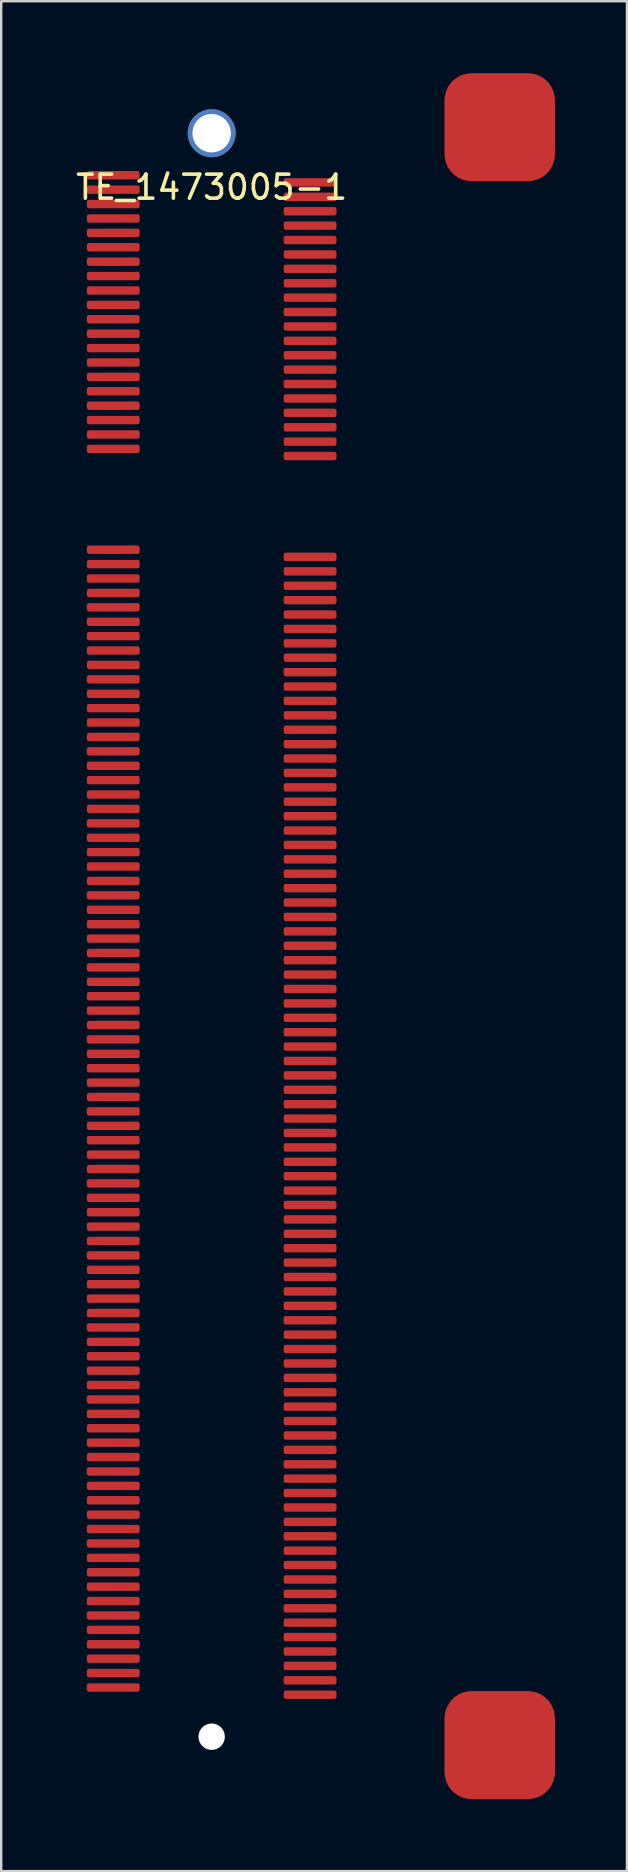
<source format=kicad_pcb>
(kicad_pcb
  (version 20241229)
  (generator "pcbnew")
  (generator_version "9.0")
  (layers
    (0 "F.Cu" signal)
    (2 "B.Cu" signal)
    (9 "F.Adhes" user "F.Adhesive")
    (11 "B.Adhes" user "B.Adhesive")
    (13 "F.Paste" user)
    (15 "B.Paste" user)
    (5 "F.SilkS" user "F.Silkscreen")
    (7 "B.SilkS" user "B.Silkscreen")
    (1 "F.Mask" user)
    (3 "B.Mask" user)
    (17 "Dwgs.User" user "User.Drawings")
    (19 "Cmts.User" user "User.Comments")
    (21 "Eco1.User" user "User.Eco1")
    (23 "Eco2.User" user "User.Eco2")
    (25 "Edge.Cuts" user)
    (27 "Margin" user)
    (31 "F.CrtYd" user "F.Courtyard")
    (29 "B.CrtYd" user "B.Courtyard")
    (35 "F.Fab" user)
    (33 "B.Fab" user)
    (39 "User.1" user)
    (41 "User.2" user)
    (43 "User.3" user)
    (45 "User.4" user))
  (footprint "TE_1473005-1"
    (layer "F.Cu")
    (at 5.768 4.25)
    (property "Reference" "TE_1473005-1" (at 0 0.5 0) (layer "F.SilkS") (effects (font (size 1 1) (thickness 0.15))))
    (attr through_hole)
    (pad "" np_thru_hole circle (at 0 -1.75) (size 2 2) (drill 1.6) (layers "*.Cu" "*.Mask"))
    (pad "" np_thru_hole circle (at 0 65.05) (size 1.1 1.1) (drill 1.1) (layers "*.Cu" "*.Mask"))
    (pad "" connect roundrect (at 12 -2) (size 4.6 4.5) (layers "F.Cu" "F.Mask") (roundrect_rratio 0.25))
    (pad "" connect roundrect (at 12 65.4) (size 4.6 4.5) (layers "F.Cu" "F.Mask") (roundrect_rratio 0.25))
    (pad "1" smd roundrect (at -4.1 0) (size 2.2 0.35) (layers "F.Cu" "F.Mask" "F.Paste") (roundrect_rratio 0.25))
    (pad "2" smd roundrect (at 4.1 0.3) (size 2.2 0.35) (layers "F.Cu" "F.Mask" "F.Paste") (roundrect_rratio 0.25))
    (pad "3" smd roundrect (at -4.1 0.6) (size 2.2 0.35) (layers "F.Cu" "F.Mask" "F.Paste") (roundrect_rratio 0.25))
    (pad "4" smd roundrect (at 4.1 0.9) (size 2.2 0.35) (layers "F.Cu" "F.Mask" "F.Paste") (roundrect_rratio 0.25))
    (pad "5" smd roundrect (at -4.1 1.2) (size 2.2 0.35) (layers "F.Cu" "F.Mask" "F.Paste") (roundrect_rratio 0.25))
    (pad "6" smd roundrect (at 4.1 1.5) (size 2.2 0.35) (layers "F.Cu" "F.Mask" "F.Paste") (roundrect_rratio 0.25))
    (pad "7" smd roundrect (at -4.1 1.8) (size 2.2 0.35) (layers "F.Cu" "F.Mask" "F.Paste") (roundrect_rratio 0.25))
    (pad "8" smd roundrect (at 4.1 2.1) (size 2.2 0.35) (layers "F.Cu" "F.Mask" "F.Paste") (roundrect_rratio 0.25))
    (pad "9" smd roundrect (at -4.1 2.4) (size 2.2 0.35) (layers "F.Cu" "F.Mask" "F.Paste") (roundrect_rratio 0.25))
    (pad "10" smd roundrect (at 4.1 2.7) (size 2.2 0.35) (layers "F.Cu" "F.Mask" "F.Paste") (roundrect_rratio 0.25))
    (pad "11" smd roundrect (at -4.1 3) (size 2.2 0.35) (layers "F.Cu" "F.Mask" "F.Paste") (roundrect_rratio 0.25))
    (pad "12" smd roundrect (at 4.1 3.3) (size 2.2 0.35) (layers "F.Cu" "F.Mask" "F.Paste") (roundrect_rratio 0.25))
    (pad "13" smd roundrect (at -4.1 3.6) (size 2.2 0.35) (layers "F.Cu" "F.Mask" "F.Paste") (roundrect_rratio 0.25))
    (pad "14" smd roundrect (at 4.1 3.9) (size 2.2 0.35) (layers "F.Cu" "F.Mask" "F.Paste") (roundrect_rratio 0.25))
    (pad "15" smd roundrect (at -4.1 4.2) (size 2.2 0.35) (layers "F.Cu" "F.Mask" "F.Paste") (roundrect_rratio 0.25))
    (pad "16" smd roundrect (at 4.1 4.5) (size 2.2 0.35) (layers "F.Cu" "F.Mask" "F.Paste") (roundrect_rratio 0.25))
    (pad "17" smd roundrect (at -4.1 4.8) (size 2.2 0.35) (layers "F.Cu" "F.Mask" "F.Paste") (roundrect_rratio 0.25))
    (pad "18" smd roundrect (at 4.1 5.1) (size 2.2 0.35) (layers "F.Cu" "F.Mask" "F.Paste") (roundrect_rratio 0.25))
    (pad "19" smd roundrect (at -4.1 5.4) (size 2.2 0.35) (layers "F.Cu" "F.Mask" "F.Paste") (roundrect_rratio 0.25))
    (pad "20" smd roundrect (at 4.1 5.7) (size 2.2 0.35) (layers "F.Cu" "F.Mask" "F.Paste") (roundrect_rratio 0.25))
    (pad "21" smd roundrect (at -4.1 6) (size 2.2 0.35) (layers "F.Cu" "F.Mask" "F.Paste") (roundrect_rratio 0.25))
    (pad "22" smd roundrect (at 4.1 6.3) (size 2.2 0.35) (layers "F.Cu" "F.Mask" "F.Paste") (roundrect_rratio 0.25))
    (pad "23" smd roundrect (at -4.1 6.6) (size 2.2 0.35) (layers "F.Cu" "F.Mask" "F.Paste") (roundrect_rratio 0.25))
    (pad "24" smd roundrect (at 4.1 6.9) (size 2.2 0.35) (layers "F.Cu" "F.Mask" "F.Paste") (roundrect_rratio 0.25))
    (pad "25" smd roundrect (at -4.1 7.2) (size 2.2 0.35) (layers "F.Cu" "F.Mask" "F.Paste") (roundrect_rratio 0.25))
    (pad "26" smd roundrect (at 4.1 7.5) (size 2.2 0.35) (layers "F.Cu" "F.Mask" "F.Paste") (roundrect_rratio 0.25))
    (pad "27" smd roundrect (at -4.1 7.8) (size 2.2 0.35) (layers "F.Cu" "F.Mask" "F.Paste") (roundrect_rratio 0.25))
    (pad "28" smd roundrect (at 4.1 8.1) (size 2.2 0.35) (layers "F.Cu" "F.Mask" "F.Paste") (roundrect_rratio 0.25))
    (pad "29" smd roundrect (at -4.1 8.4) (size 2.2 0.35) (layers "F.Cu" "F.Mask" "F.Paste") (roundrect_rratio 0.25))
    (pad "30" smd roundrect (at 4.1 8.7) (size 2.2 0.35) (layers "F.Cu" "F.Mask" "F.Paste") (roundrect_rratio 0.25))
    (pad "31" smd roundrect (at -4.1 9) (size 2.2 0.35) (layers "F.Cu" "F.Mask" "F.Paste") (roundrect_rratio 0.25))
    (pad "32" smd roundrect (at 4.1 9.3) (size 2.2 0.35) (layers "F.Cu" "F.Mask" "F.Paste") (roundrect_rratio 0.25))
    (pad "33" smd roundrect (at -4.1 9.6) (size 2.2 0.35) (layers "F.Cu" "F.Mask" "F.Paste") (roundrect_rratio 0.25))
    (pad "34" smd roundrect (at 4.1 9.9) (size 2.2 0.35) (layers "F.Cu" "F.Mask" "F.Paste") (roundrect_rratio 0.25))
    (pad "35" smd roundrect (at -4.1 10.2) (size 2.2 0.35) (layers "F.Cu" "F.Mask" "F.Paste") (roundrect_rratio 0.25))
    (pad "36" smd roundrect (at 4.1 10.5) (size 2.2 0.35) (layers "F.Cu" "F.Mask" "F.Paste") (roundrect_rratio 0.25))
    (pad "37" smd roundrect (at -4.1 10.8) (size 2.2 0.35) (layers "F.Cu" "F.Mask" "F.Paste") (roundrect_rratio 0.25))
    (pad "38" smd roundrect (at 4.1 11.1) (size 2.2 0.35) (layers "F.Cu" "F.Mask" "F.Paste") (roundrect_rratio 0.25))
    (pad "39" smd roundrect (at -4.1 11.4) (size 2.2 0.35) (layers "F.Cu" "F.Mask" "F.Paste") (roundrect_rratio 0.25))
    (pad "40" smd roundrect (at 4.1 11.7) (size 2.2 0.35) (layers "F.Cu" "F.Mask" "F.Paste") (roundrect_rratio 0.25))
    (pad "41" smd roundrect (at -4.1 15.6) (size 2.2 0.35) (layers "F.Cu" "F.Mask" "F.Paste") (roundrect_rratio 0.25))
    (pad "42" smd roundrect (at 4.1 15.9) (size 2.2 0.35) (layers "F.Cu" "F.Mask" "F.Paste") (roundrect_rratio 0.25))
    (pad "43" smd roundrect (at -4.1 16.2) (size 2.2 0.35) (layers "F.Cu" "F.Mask" "F.Paste") (roundrect_rratio 0.25))
    (pad "44" smd roundrect (at 4.1 16.5) (size 2.2 0.35) (layers "F.Cu" "F.Mask" "F.Paste") (roundrect_rratio 0.25))
    (pad "45" smd roundrect (at -4.1 16.8) (size 2.2 0.35) (layers "F.Cu" "F.Mask" "F.Paste") (roundrect_rratio 0.25))
    (pad "46" smd roundrect (at 4.1 17.1) (size 2.2 0.35) (layers "F.Cu" "F.Mask" "F.Paste") (roundrect_rratio 0.25))
    (pad "47" smd roundrect (at -4.1 17.4) (size 2.2 0.35) (layers "F.Cu" "F.Mask" "F.Paste") (roundrect_rratio 0.25))
    (pad "48" smd roundrect (at 4.1 17.7) (size 2.2 0.35) (layers "F.Cu" "F.Mask" "F.Paste") (roundrect_rratio 0.25))
    (pad "49" smd roundrect (at -4.1 18) (size 2.2 0.35) (layers "F.Cu" "F.Mask" "F.Paste") (roundrect_rratio 0.25))
    (pad "50" smd roundrect (at 4.1 18.3) (size 2.2 0.35) (layers "F.Cu" "F.Mask" "F.Paste") (roundrect_rratio 0.25))
    (pad "51" smd roundrect (at -4.1 18.6) (size 2.2 0.35) (layers "F.Cu" "F.Mask" "F.Paste") (roundrect_rratio 0.25))
    (pad "52" smd roundrect (at 4.1 18.9) (size 2.2 0.35) (layers "F.Cu" "F.Mask" "F.Paste") (roundrect_rratio 0.25))
    (pad "53" smd roundrect (at -4.1 19.2) (size 2.2 0.35) (layers "F.Cu" "F.Mask" "F.Paste") (roundrect_rratio 0.25))
    (pad "54" smd roundrect (at 4.1 19.5) (size 2.2 0.35) (layers "F.Cu" "F.Mask" "F.Paste") (roundrect_rratio 0.25))
    (pad "55" smd roundrect (at -4.1 19.8) (size 2.2 0.35) (layers "F.Cu" "F.Mask" "F.Paste") (roundrect_rratio 0.25))
    (pad "56" smd roundrect (at 4.1 20.1) (size 2.2 0.35) (layers "F.Cu" "F.Mask" "F.Paste") (roundrect_rratio 0.25))
    (pad "57" smd roundrect (at -4.1 20.4) (size 2.2 0.35) (layers "F.Cu" "F.Mask" "F.Paste") (roundrect_rratio 0.25))
    (pad "58" smd roundrect (at 4.1 20.7) (size 2.2 0.35) (layers "F.Cu" "F.Mask" "F.Paste") (roundrect_rratio 0.25))
    (pad "59" smd roundrect (at -4.1 21) (size 2.2 0.35) (layers "F.Cu" "F.Mask" "F.Paste") (roundrect_rratio 0.25))
    (pad "60" smd roundrect (at 4.1 21.3) (size 2.2 0.35) (layers "F.Cu" "F.Mask" "F.Paste") (roundrect_rratio 0.25))
    (pad "61" smd roundrect (at -4.1 21.6) (size 2.2 0.35) (layers "F.Cu" "F.Mask" "F.Paste") (roundrect_rratio 0.25))
    (pad "62" smd roundrect (at 4.1 21.9) (size 2.2 0.35) (layers "F.Cu" "F.Mask" "F.Paste") (roundrect_rratio 0.25))
    (pad "63" smd roundrect (at -4.1 22.2) (size 2.2 0.35) (layers "F.Cu" "F.Mask" "F.Paste") (roundrect_rratio 0.25))
    (pad "64" smd roundrect (at 4.1 22.5) (size 2.2 0.35) (layers "F.Cu" "F.Mask" "F.Paste") (roundrect_rratio 0.25))
    (pad "65" smd roundrect (at -4.1 22.8) (size 2.2 0.35) (layers "F.Cu" "F.Mask" "F.Paste") (roundrect_rratio 0.25))
    (pad "66" smd roundrect (at 4.1 23.1) (size 2.2 0.35) (layers "F.Cu" "F.Mask" "F.Paste") (roundrect_rratio 0.25))
    (pad "67" smd roundrect (at -4.1 23.4) (size 2.2 0.35) (layers "F.Cu" "F.Mask" "F.Paste") (roundrect_rratio 0.25))
    (pad "68" smd roundrect (at 4.1 23.7) (size 2.2 0.35) (layers "F.Cu" "F.Mask" "F.Paste") (roundrect_rratio 0.25))
    (pad "69" smd roundrect (at -4.1 24) (size 2.2 0.35) (layers "F.Cu" "F.Mask" "F.Paste") (roundrect_rratio 0.25))
    (pad "70" smd roundrect (at 4.1 24.3) (size 2.2 0.35) (layers "F.Cu" "F.Mask" "F.Paste") (roundrect_rratio 0.25))
    (pad "71" smd roundrect (at -4.1 24.6) (size 2.2 0.35) (layers "F.Cu" "F.Mask" "F.Paste") (roundrect_rratio 0.25))
    (pad "72" smd roundrect (at 4.1 24.9) (size 2.2 0.35) (layers "F.Cu" "F.Mask" "F.Paste") (roundrect_rratio 0.25))
    (pad "73" smd roundrect (at -4.1 25.2) (size 2.2 0.35) (layers "F.Cu" "F.Mask" "F.Paste") (roundrect_rratio 0.25))
    (pad "74" smd roundrect (at 4.1 25.5) (size 2.2 0.35) (layers "F.Cu" "F.Mask" "F.Paste") (roundrect_rratio 0.25))
    (pad "75" smd roundrect (at -4.1 25.8) (size 2.2 0.35) (layers "F.Cu" "F.Mask" "F.Paste") (roundrect_rratio 0.25))
    (pad "76" smd roundrect (at 4.1 26.1) (size 2.2 0.35) (layers "F.Cu" "F.Mask" "F.Paste") (roundrect_rratio 0.25))
    (pad "77" smd roundrect (at -4.1 26.4) (size 2.2 0.35) (layers "F.Cu" "F.Mask" "F.Paste") (roundrect_rratio 0.25))
    (pad "78" smd roundrect (at 4.1 26.7) (size 2.2 0.35) (layers "F.Cu" "F.Mask" "F.Paste") (roundrect_rratio 0.25))
    (pad "79" smd roundrect (at -4.1 27) (size 2.2 0.35) (layers "F.Cu" "F.Mask" "F.Paste") (roundrect_rratio 0.25))
    (pad "80" smd roundrect (at 4.1 27.3) (size 2.2 0.35) (layers "F.Cu" "F.Mask" "F.Paste") (roundrect_rratio 0.25))
    (pad "81" smd roundrect (at -4.1 27.6) (size 2.2 0.35) (layers "F.Cu" "F.Mask" "F.Paste") (roundrect_rratio 0.25))
    (pad "82" smd roundrect (at 4.1 27.9) (size 2.2 0.35) (layers "F.Cu" "F.Mask" "F.Paste") (roundrect_rratio 0.25))
    (pad "83" smd roundrect (at -4.1 28.2) (size 2.2 0.35) (layers "F.Cu" "F.Mask" "F.Paste") (roundrect_rratio 0.25))
    (pad "84" smd roundrect (at 4.1 28.5) (size 2.2 0.35) (layers "F.Cu" "F.Mask" "F.Paste") (roundrect_rratio 0.25))
    (pad "85" smd roundrect (at -4.1 28.8) (size 2.2 0.35) (layers "F.Cu" "F.Mask" "F.Paste") (roundrect_rratio 0.25))
    (pad "86" smd roundrect (at 4.1 29.1) (size 2.2 0.35) (layers "F.Cu" "F.Mask" "F.Paste") (roundrect_rratio 0.25))
    (pad "87" smd roundrect (at -4.1 29.4) (size 2.2 0.35) (layers "F.Cu" "F.Mask" "F.Paste") (roundrect_rratio 0.25))
    (pad "88" smd roundrect (at 4.1 29.7) (size 2.2 0.35) (layers "F.Cu" "F.Mask" "F.Paste") (roundrect_rratio 0.25))
    (pad "89" smd roundrect (at -4.1 30) (size 2.2 0.35) (layers "F.Cu" "F.Mask" "F.Paste") (roundrect_rratio 0.25))
    (pad "90" smd roundrect (at 4.1 30.3) (size 2.2 0.35) (layers "F.Cu" "F.Mask" "F.Paste") (roundrect_rratio 0.25))
    (pad "91" smd roundrect (at -4.1 30.6) (size 2.2 0.35) (layers "F.Cu" "F.Mask" "F.Paste") (roundrect_rratio 0.25))
    (pad "92" smd roundrect (at 4.1 30.9) (size 2.2 0.35) (layers "F.Cu" "F.Mask" "F.Paste") (roundrect_rratio 0.25))
    (pad "93" smd roundrect (at -4.1 31.2) (size 2.2 0.35) (layers "F.Cu" "F.Mask" "F.Paste") (roundrect_rratio 0.25))
    (pad "94" smd roundrect (at 4.1 31.5) (size 2.2 0.35) (layers "F.Cu" "F.Mask" "F.Paste") (roundrect_rratio 0.25))
    (pad "95" smd roundrect (at -4.1 31.8) (size 2.2 0.35) (layers "F.Cu" "F.Mask" "F.Paste") (roundrect_rratio 0.25))
    (pad "96" smd roundrect (at 4.1 32.1) (size 2.2 0.35) (layers "F.Cu" "F.Mask" "F.Paste") (roundrect_rratio 0.25))
    (pad "97" smd roundrect (at -4.1 32.4) (size 2.2 0.35) (layers "F.Cu" "F.Mask" "F.Paste") (roundrect_rratio 0.25))
    (pad "98" smd roundrect (at 4.1 32.7) (size 2.2 0.35) (layers "F.Cu" "F.Mask" "F.Paste") (roundrect_rratio 0.25))
    (pad "99" smd roundrect (at -4.1 33) (size 2.2 0.35) (layers "F.Cu" "F.Mask" "F.Paste") (roundrect_rratio 0.25))
    (pad "100" smd roundrect (at 4.1 33.3) (size 2.2 0.35) (layers "F.Cu" "F.Mask" "F.Paste") (roundrect_rratio 0.25))
    (pad "101" smd roundrect (at -4.1 33.6) (size 2.2 0.35) (layers "F.Cu" "F.Mask" "F.Paste") (roundrect_rratio 0.25))
    (pad "102" smd roundrect (at 4.1 33.9) (size 2.2 0.35) (layers "F.Cu" "F.Mask" "F.Paste") (roundrect_rratio 0.25))
    (pad "103" smd roundrect (at -4.1 34.2) (size 2.2 0.35) (layers "F.Cu" "F.Mask" "F.Paste") (roundrect_rratio 0.25))
    (pad "104" smd roundrect (at 4.1 34.5) (size 2.2 0.35) (layers "F.Cu" "F.Mask" "F.Paste") (roundrect_rratio 0.25))
    (pad "105" smd roundrect (at -4.1 34.8) (size 2.2 0.35) (layers "F.Cu" "F.Mask" "F.Paste") (roundrect_rratio 0.25))
    (pad "106" smd roundrect (at 4.1 35.1) (size 2.2 0.35) (layers "F.Cu" "F.Mask" "F.Paste") (roundrect_rratio 0.25))
    (pad "107" smd roundrect (at -4.1 35.4) (size 2.2 0.35) (layers "F.Cu" "F.Mask" "F.Paste") (roundrect_rratio 0.25))
    (pad "108" smd roundrect (at 4.1 35.7) (size 2.2 0.35) (layers "F.Cu" "F.Mask" "F.Paste") (roundrect_rratio 0.25))
    (pad "109" smd roundrect (at -4.1 36) (size 2.2 0.35) (layers "F.Cu" "F.Mask" "F.Paste") (roundrect_rratio 0.25))
    (pad "110" smd roundrect (at 4.1 36.3) (size 2.2 0.35) (layers "F.Cu" "F.Mask" "F.Paste") (roundrect_rratio 0.25))
    (pad "111" smd roundrect (at -4.1 36.6) (size 2.2 0.35) (layers "F.Cu" "F.Mask" "F.Paste") (roundrect_rratio 0.25))
    (pad "112" smd roundrect (at 4.1 36.9) (size 2.2 0.35) (layers "F.Cu" "F.Mask" "F.Paste") (roundrect_rratio 0.25))
    (pad "113" smd roundrect (at -4.1 37.2) (size 2.2 0.35) (layers "F.Cu" "F.Mask" "F.Paste") (roundrect_rratio 0.25))
    (pad "114" smd roundrect (at 4.1 37.5) (size 2.2 0.35) (layers "F.Cu" "F.Mask" "F.Paste") (roundrect_rratio 0.25))
    (pad "115" smd roundrect (at -4.1 37.8) (size 2.2 0.35) (layers "F.Cu" "F.Mask" "F.Paste") (roundrect_rratio 0.25))
    (pad "116" smd roundrect (at 4.1 38.1) (size 2.2 0.35) (layers "F.Cu" "F.Mask" "F.Paste") (roundrect_rratio 0.25))
    (pad "117" smd roundrect (at -4.1 38.4) (size 2.2 0.35) (layers "F.Cu" "F.Mask" "F.Paste") (roundrect_rratio 0.25))
    (pad "118" smd roundrect (at 4.1 38.7) (size 2.2 0.35) (layers "F.Cu" "F.Mask" "F.Paste") (roundrect_rratio 0.25))
    (pad "119" smd roundrect (at -4.1 39) (size 2.2 0.35) (layers "F.Cu" "F.Mask" "F.Paste") (roundrect_rratio 0.25))
    (pad "120" smd roundrect (at 4.1 39.3) (size 2.2 0.35) (layers "F.Cu" "F.Mask" "F.Paste") (roundrect_rratio 0.25))
    (pad "121" smd roundrect (at -4.1 39.6) (size 2.2 0.35) (layers "F.Cu" "F.Mask" "F.Paste") (roundrect_rratio 0.25))
    (pad "122" smd roundrect (at 4.1 39.9) (size 2.2 0.35) (layers "F.Cu" "F.Mask" "F.Paste") (roundrect_rratio 0.25))
    (pad "123" smd roundrect (at -4.1 40.2) (size 2.2 0.35) (layers "F.Cu" "F.Mask" "F.Paste") (roundrect_rratio 0.25))
    (pad "124" smd roundrect (at 4.1 40.5) (size 2.2 0.35) (layers "F.Cu" "F.Mask" "F.Paste") (roundrect_rratio 0.25))
    (pad "125" smd roundrect (at -4.1 40.8) (size 2.2 0.35) (layers "F.Cu" "F.Mask" "F.Paste") (roundrect_rratio 0.25))
    (pad "126" smd roundrect (at 4.1 41.1) (size 2.2 0.35) (layers "F.Cu" "F.Mask" "F.Paste") (roundrect_rratio 0.25))
    (pad "127" smd roundrect (at -4.1 41.4) (size 2.2 0.35) (layers "F.Cu" "F.Mask" "F.Paste") (roundrect_rratio 0.25))
    (pad "128" smd roundrect (at 4.1 41.7) (size 2.2 0.35) (layers "F.Cu" "F.Mask" "F.Paste") (roundrect_rratio 0.25))
    (pad "129" smd roundrect (at -4.1 42) (size 2.2 0.35) (layers "F.Cu" "F.Mask" "F.Paste") (roundrect_rratio 0.25))
    (pad "130" smd roundrect (at 4.1 42.3) (size 2.2 0.35) (layers "F.Cu" "F.Mask" "F.Paste") (roundrect_rratio 0.25))
    (pad "131" smd roundrect (at -4.1 42.6) (size 2.2 0.35) (layers "F.Cu" "F.Mask" "F.Paste") (roundrect_rratio 0.25))
    (pad "132" smd roundrect (at 4.1 42.9) (size 2.2 0.35) (layers "F.Cu" "F.Mask" "F.Paste") (roundrect_rratio 0.25))
    (pad "133" smd roundrect (at -4.1 43.2) (size 2.2 0.35) (layers "F.Cu" "F.Mask" "F.Paste") (roundrect_rratio 0.25))
    (pad "134" smd roundrect (at 4.1 43.5) (size 2.2 0.35) (layers "F.Cu" "F.Mask" "F.Paste") (roundrect_rratio 0.25))
    (pad "135" smd roundrect (at -4.1 43.8) (size 2.2 0.35) (layers "F.Cu" "F.Mask" "F.Paste") (roundrect_rratio 0.25))
    (pad "136" smd roundrect (at 4.1 44.1) (size 2.2 0.35) (layers "F.Cu" "F.Mask" "F.Paste") (roundrect_rratio 0.25))
    (pad "137" smd roundrect (at -4.1 44.4) (size 2.2 0.35) (layers "F.Cu" "F.Mask" "F.Paste") (roundrect_rratio 0.25))
    (pad "138" smd roundrect (at 4.1 44.7) (size 2.2 0.35) (layers "F.Cu" "F.Mask" "F.Paste") (roundrect_rratio 0.25))
    (pad "139" smd roundrect (at -4.1 45) (size 2.2 0.35) (layers "F.Cu" "F.Mask" "F.Paste") (roundrect_rratio 0.25))
    (pad "140" smd roundrect (at 4.1 45.3) (size 2.2 0.35) (layers "F.Cu" "F.Mask" "F.Paste") (roundrect_rratio 0.25))
    (pad "141" smd roundrect (at -4.1 45.6) (size 2.2 0.35) (layers "F.Cu" "F.Mask" "F.Paste") (roundrect_rratio 0.25))
    (pad "142" smd roundrect (at 4.1 45.9) (size 2.2 0.35) (layers "F.Cu" "F.Mask" "F.Paste") (roundrect_rratio 0.25))
    (pad "143" smd roundrect (at -4.1 46.2) (size 2.2 0.35) (layers "F.Cu" "F.Mask" "F.Paste") (roundrect_rratio 0.25))
    (pad "144" smd roundrect (at 4.1 46.5) (size 2.2 0.35) (layers "F.Cu" "F.Mask" "F.Paste") (roundrect_rratio 0.25))
    (pad "145" smd roundrect (at -4.1 46.8) (size 2.2 0.35) (layers "F.Cu" "F.Mask" "F.Paste") (roundrect_rratio 0.25))
    (pad "146" smd roundrect (at 4.1 47.1) (size 2.2 0.35) (layers "F.Cu" "F.Mask" "F.Paste") (roundrect_rratio 0.25))
    (pad "147" smd roundrect (at -4.1 47.4) (size 2.2 0.35) (layers "F.Cu" "F.Mask" "F.Paste") (roundrect_rratio 0.25))
    (pad "148" smd roundrect (at 4.1 47.7) (size 2.2 0.35) (layers "F.Cu" "F.Mask" "F.Paste") (roundrect_rratio 0.25))
    (pad "149" smd roundrect (at -4.1 48) (size 2.2 0.35) (layers "F.Cu" "F.Mask" "F.Paste") (roundrect_rratio 0.25))
    (pad "150" smd roundrect (at 4.1 48.3) (size 2.2 0.35) (layers "F.Cu" "F.Mask" "F.Paste") (roundrect_rratio 0.25))
    (pad "151" smd roundrect (at -4.1 48.6) (size 2.2 0.35) (layers "F.Cu" "F.Mask" "F.Paste") (roundrect_rratio 0.25))
    (pad "152" smd roundrect (at 4.1 48.9) (size 2.2 0.35) (layers "F.Cu" "F.Mask" "F.Paste") (roundrect_rratio 0.25))
    (pad "153" smd roundrect (at -4.1 49.2) (size 2.2 0.35) (layers "F.Cu" "F.Mask" "F.Paste") (roundrect_rratio 0.25))
    (pad "154" smd roundrect (at 4.1 49.5) (size 2.2 0.35) (layers "F.Cu" "F.Mask" "F.Paste") (roundrect_rratio 0.25))
    (pad "155" smd roundrect (at -4.1 49.8) (size 2.2 0.35) (layers "F.Cu" "F.Mask" "F.Paste") (roundrect_rratio 0.25))
    (pad "156" smd roundrect (at 4.1 50.1) (size 2.2 0.35) (layers "F.Cu" "F.Mask" "F.Paste") (roundrect_rratio 0.25))
    (pad "157" smd roundrect (at -4.1 50.4) (size 2.2 0.35) (layers "F.Cu" "F.Mask" "F.Paste") (roundrect_rratio 0.25))
    (pad "158" smd roundrect (at 4.1 50.7) (size 2.2 0.35) (layers "F.Cu" "F.Mask" "F.Paste") (roundrect_rratio 0.25))
    (pad "159" smd roundrect (at -4.1 51) (size 2.2 0.35) (layers "F.Cu" "F.Mask" "F.Paste") (roundrect_rratio 0.25))
    (pad "160" smd roundrect (at 4.1 51.3) (size 2.2 0.35) (layers "F.Cu" "F.Mask" "F.Paste") (roundrect_rratio 0.25))
    (pad "161" smd roundrect (at -4.1 51.6) (size 2.2 0.35) (layers "F.Cu" "F.Mask" "F.Paste") (roundrect_rratio 0.25))
    (pad "162" smd roundrect (at 4.1 51.9) (size 2.2 0.35) (layers "F.Cu" "F.Mask" "F.Paste") (roundrect_rratio 0.25))
    (pad "163" smd roundrect (at -4.1 52.2) (size 2.2 0.35) (layers "F.Cu" "F.Mask" "F.Paste") (roundrect_rratio 0.25))
    (pad "164" smd roundrect (at 4.1 52.5) (size 2.2 0.35) (layers "F.Cu" "F.Mask" "F.Paste") (roundrect_rratio 0.25))
    (pad "165" smd roundrect (at -4.1 52.8) (size 2.2 0.35) (layers "F.Cu" "F.Mask" "F.Paste") (roundrect_rratio 0.25))
    (pad "166" smd roundrect (at 4.1 53.1) (size 2.2 0.35) (layers "F.Cu" "F.Mask" "F.Paste") (roundrect_rratio 0.25))
    (pad "167" smd roundrect (at -4.1 53.4) (size 2.2 0.35) (layers "F.Cu" "F.Mask" "F.Paste") (roundrect_rratio 0.25))
    (pad "168" smd roundrect (at 4.1 53.7) (size 2.2 0.35) (layers "F.Cu" "F.Mask" "F.Paste") (roundrect_rratio 0.25))
    (pad "169" smd roundrect (at -4.1 54) (size 2.2 0.35) (layers "F.Cu" "F.Mask" "F.Paste") (roundrect_rratio 0.25))
    (pad "170" smd roundrect (at 4.1 54.3) (size 2.2 0.35) (layers "F.Cu" "F.Mask" "F.Paste") (roundrect_rratio 0.25))
    (pad "171" smd roundrect (at -4.1 54.6) (size 2.2 0.35) (layers "F.Cu" "F.Mask" "F.Paste") (roundrect_rratio 0.25))
    (pad "172" smd roundrect (at 4.1 54.9) (size 2.2 0.35) (layers "F.Cu" "F.Mask" "F.Paste") (roundrect_rratio 0.25))
    (pad "173" smd roundrect (at -4.1 55.2) (size 2.2 0.35) (layers "F.Cu" "F.Mask" "F.Paste") (roundrect_rratio 0.25))
    (pad "174" smd roundrect (at 4.1 55.5) (size 2.2 0.35) (layers "F.Cu" "F.Mask" "F.Paste") (roundrect_rratio 0.25))
    (pad "175" smd roundrect (at -4.1 55.8) (size 2.2 0.35) (layers "F.Cu" "F.Mask" "F.Paste") (roundrect_rratio 0.25))
    (pad "176" smd roundrect (at 4.1 56.1) (size 2.2 0.35) (layers "F.Cu" "F.Mask" "F.Paste") (roundrect_rratio 0.25))
    (pad "177" smd roundrect (at -4.1 56.4) (size 2.2 0.35) (layers "F.Cu" "F.Mask" "F.Paste") (roundrect_rratio 0.25))
    (pad "178" smd roundrect (at 4.1 56.7) (size 2.2 0.35) (layers "F.Cu" "F.Mask" "F.Paste") (roundrect_rratio 0.25))
    (pad "179" smd roundrect (at -4.1 57) (size 2.2 0.35) (layers "F.Cu" "F.Mask" "F.Paste") (roundrect_rratio 0.25))
    (pad "180" smd roundrect (at 4.1 57.3) (size 2.2 0.35) (layers "F.Cu" "F.Mask" "F.Paste") (roundrect_rratio 0.25))
    (pad "181" smd roundrect (at -4.1 57.6) (size 2.2 0.35) (layers "F.Cu" "F.Mask" "F.Paste") (roundrect_rratio 0.25))
    (pad "182" smd roundrect (at 4.1 57.9) (size 2.2 0.35) (layers "F.Cu" "F.Mask" "F.Paste") (roundrect_rratio 0.25))
    (pad "183" smd roundrect (at -4.1 58.2) (size 2.2 0.35) (layers "F.Cu" "F.Mask" "F.Paste") (roundrect_rratio 0.25))
    (pad "184" smd roundrect (at 4.1 58.5) (size 2.2 0.35) (layers "F.Cu" "F.Mask" "F.Paste") (roundrect_rratio 0.25))
    (pad "185" smd roundrect (at -4.1 58.8) (size 2.2 0.35) (layers "F.Cu" "F.Mask" "F.Paste") (roundrect_rratio 0.25))
    (pad "186" smd roundrect (at 4.1 59.1) (size 2.2 0.35) (layers "F.Cu" "F.Mask" "F.Paste") (roundrect_rratio 0.25))
    (pad "187" smd roundrect (at -4.1 59.4) (size 2.2 0.35) (layers "F.Cu" "F.Mask" "F.Paste") (roundrect_rratio 0.25))
    (pad "188" smd roundrect (at 4.1 59.7) (size 2.2 0.35) (layers "F.Cu" "F.Mask" "F.Paste") (roundrect_rratio 0.25))
    (pad "189" smd roundrect (at -4.1 60) (size 2.2 0.35) (layers "F.Cu" "F.Mask" "F.Paste") (roundrect_rratio 0.25))
    (pad "190" smd roundrect (at 4.1 60.3) (size 2.2 0.35) (layers "F.Cu" "F.Mask" "F.Paste") (roundrect_rratio 0.25))
    (pad "191" smd roundrect (at -4.1 60.6) (size 2.2 0.35) (layers "F.Cu" "F.Mask" "F.Paste") (roundrect_rratio 0.25))
    (pad "192" smd roundrect (at 4.1 60.9) (size 2.2 0.35) (layers "F.Cu" "F.Mask" "F.Paste") (roundrect_rratio 0.25))
    (pad "193" smd roundrect (at -4.1 61.2) (size 2.2 0.35) (layers "F.Cu" "F.Mask" "F.Paste") (roundrect_rratio 0.25))
    (pad "194" smd roundrect (at 4.1 61.5) (size 2.2 0.35) (layers "F.Cu" "F.Mask" "F.Paste") (roundrect_rratio 0.25))
    (pad "195" smd roundrect (at -4.1 61.8) (size 2.2 0.35) (layers "F.Cu" "F.Mask" "F.Paste") (roundrect_rratio 0.25))
    (pad "196" smd roundrect (at 4.1 62.1) (size 2.2 0.35) (layers "F.Cu" "F.Mask" "F.Paste") (roundrect_rratio 0.25))
    (pad "197" smd roundrect (at -4.1 62.4) (size 2.2 0.35) (layers "F.Cu" "F.Mask" "F.Paste") (roundrect_rratio 0.25))
    (pad "198" smd roundrect (at 4.1 62.7) (size 2.2 0.35) (layers "F.Cu" "F.Mask" "F.Paste") (roundrect_rratio 0.25))
    (pad "199" smd roundrect (at -4.1 63) (size 2.2 0.35) (layers "F.Cu" "F.Mask" "F.Paste") (roundrect_rratio 0.25))
    (pad "200" smd roundrect (at 4.1 63.3) (size 2.2 0.35) (layers "F.Cu" "F.Mask" "F.Paste") (roundrect_rratio 0.25)))
  (gr_rect
    (start -3 -3)
    (end 23.068 74.9)
    (stroke (width 0.1) (type default))
    (fill no)
    (layer "Edge.Cuts")))
</source>
